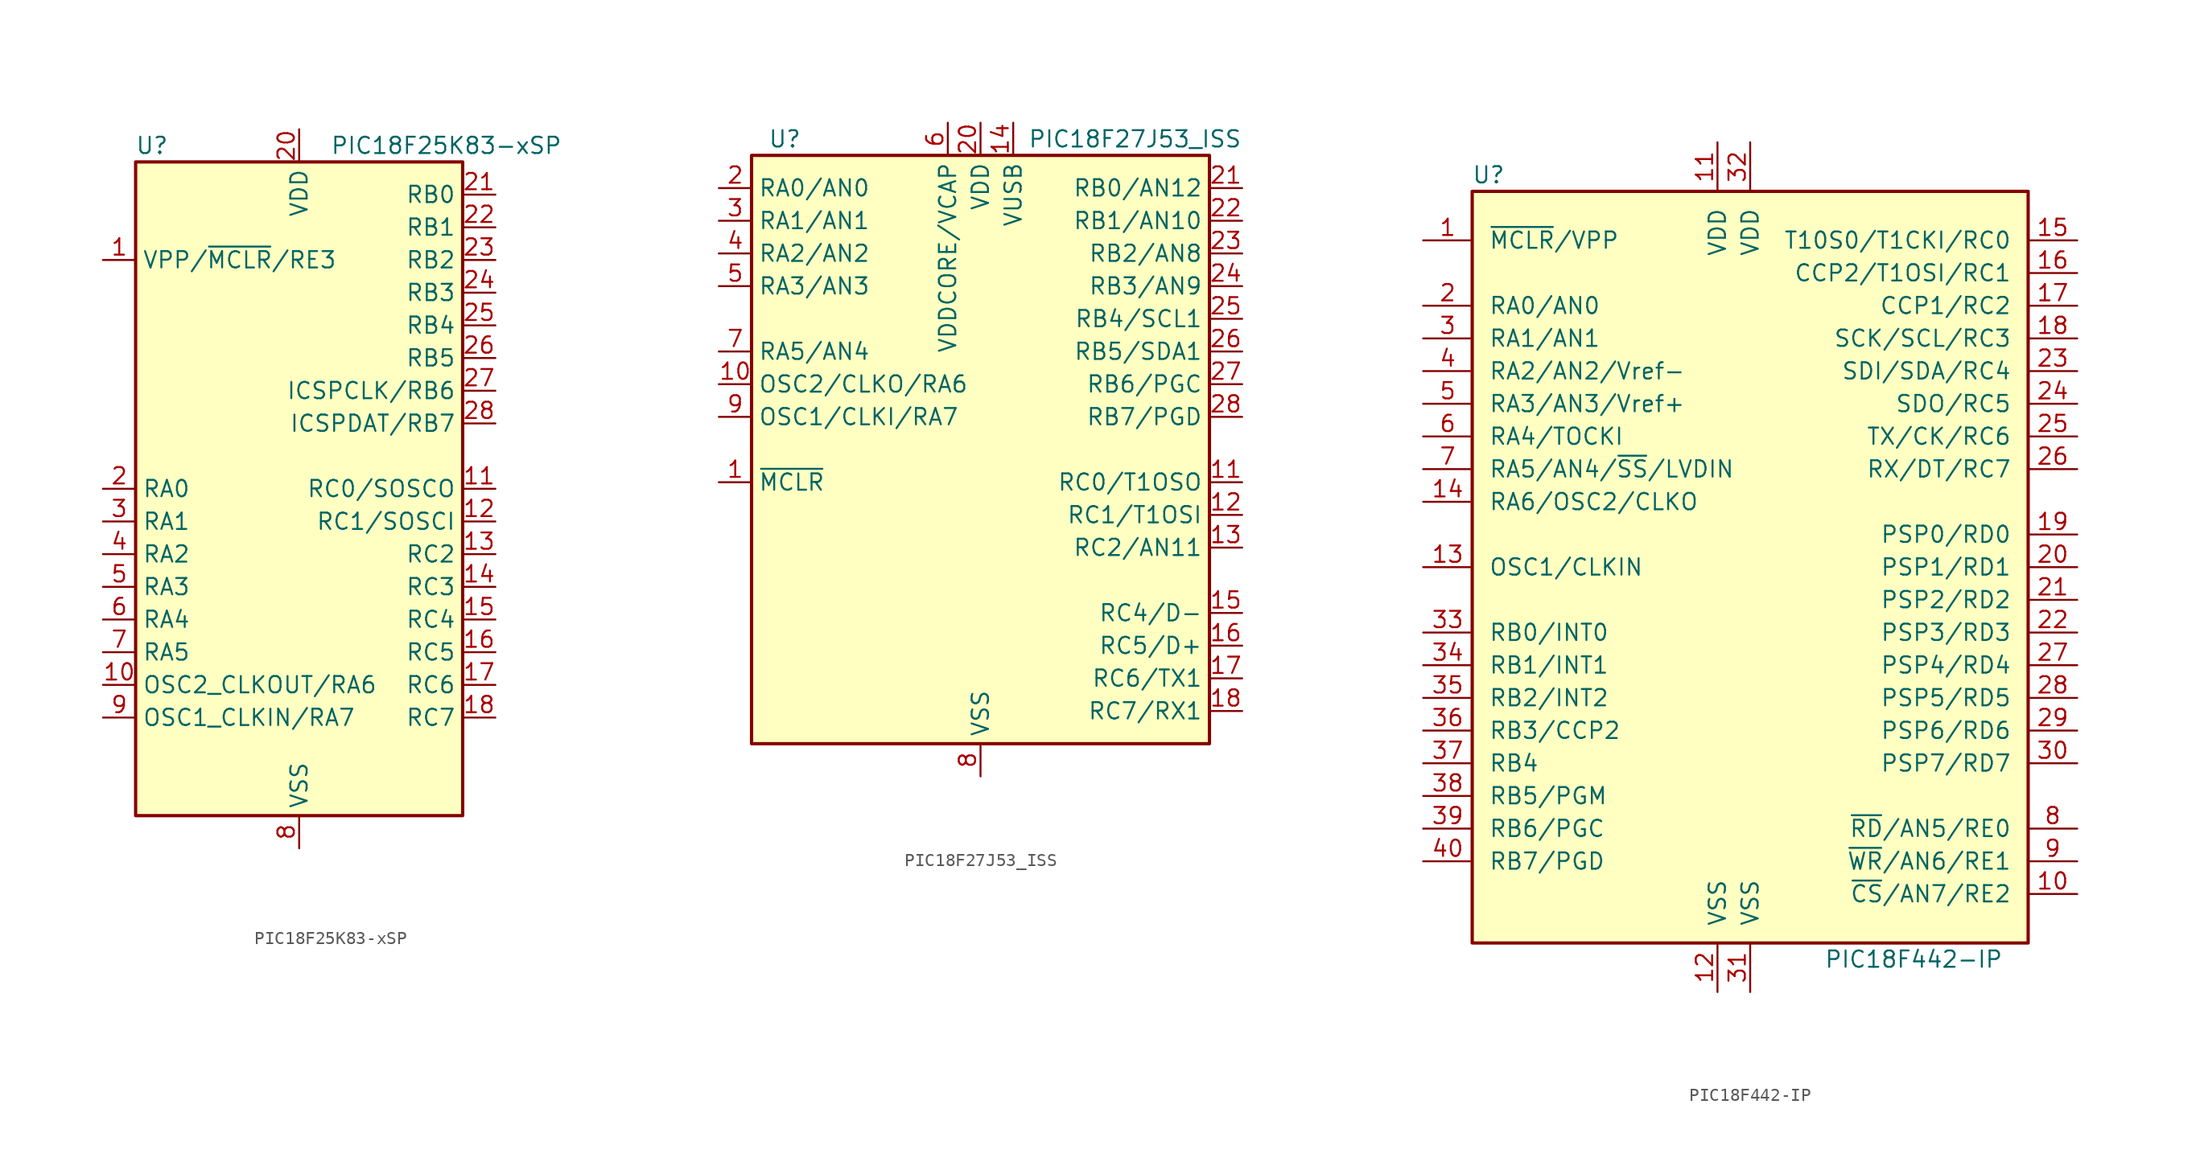
<source format=kicad_sym>
(kicad_symbol_lib
  (version 20211014)
  (generator kicad_symbol_editor)
  (symbol "PIC18F25K83-xSP"
    (property "Reference" "U"
      (at -11.43 26.67 0)
      (effects (font (size 1.27 1.27))))
    (property "Value" "PIC18F25K83-xSP"
      (at 11.43 26.67 0)
      (effects (font (size 1.27 1.27))))
    (symbol "PIC18F25K83-xSP_0_1"
      (rectangle (start -12.7 -25.4) (end 12.7 25.4) (stroke (width 0.254) (type default) (color 0 0 0 0)) (fill (type background))))
    (symbol "PIC18F25K83-xSP_1_1"
      (pin input line (at -15.24 17.78 0) (length 2.54) (name "VPP/~{MCLR}/RE3" (effects (font (size 1.27 1.27)))) (number "1" (effects (font (size 1.27 1.27)))))
      (pin bidirectional line (at -15.24 -15.24 0) (length 2.54) (name "OSC2_CLKOUT/RA6" (effects (font (size 1.27 1.27)))) (number "10" (effects (font (size 1.27 1.27)))))
      (pin bidirectional line (at 15.24 0 180) (length 2.54) (name "RC0/SOSCO" (effects (font (size 1.27 1.27)))) (number "11" (effects (font (size 1.27 1.27)))))
      (pin bidirectional line (at 15.24 -2.54 180) (length 2.54) (name "RC1/SOSCI" (effects (font (size 1.27 1.27)))) (number "12" (effects (font (size 1.27 1.27)))))
      (pin bidirectional line (at 15.24 -5.08 180) (length 2.54) (name "RC2" (effects (font (size 1.27 1.27)))) (number "13" (effects (font (size 1.27 1.27)))))
      (pin bidirectional line (at 15.24 -7.62 180) (length 2.54) (name "RC3" (effects (font (size 1.27 1.27)))) (number "14" (effects (font (size 1.27 1.27)))))
      (pin bidirectional line (at 15.24 -10.16 180) (length 2.54) (name "RC4" (effects (font (size 1.27 1.27)))) (number "15" (effects (font (size 1.27 1.27)))))
      (pin bidirectional line (at 15.24 -12.7 180) (length 2.54) (name "RC5" (effects (font (size 1.27 1.27)))) (number "16" (effects (font (size 1.27 1.27)))))
      (pin bidirectional line (at 15.24 -15.24 180) (length 2.54) (name "RC6" (effects (font (size 1.27 1.27)))) (number "17" (effects (font (size 1.27 1.27)))))
      (pin bidirectional line (at 15.24 -17.78 180) (length 2.54) (name "RC7" (effects (font (size 1.27 1.27)))) (number "18" (effects (font (size 1.27 1.27)))))
      (pin passive line (at 0 -27.94 90) (length 2.54) hide (name "VSS" (effects (font (size 1.27 1.27)))) (number "19" (effects (font (size 1.27 1.27)))))
      (pin bidirectional line (at -15.24 0 0) (length 2.54) (name "RA0" (effects (font (size 1.27 1.27)))) (number "2" (effects (font (size 1.27 1.27)))))
      (pin power_in line (at 0 27.94 270) (length 2.54) (name "VDD" (effects (font (size 1.27 1.27)))) (number "20" (effects (font (size 1.27 1.27)))))
      (pin bidirectional line (at 15.24 22.86 180) (length 2.54) (name "RB0" (effects (font (size 1.27 1.27)))) (number "21" (effects (font (size 1.27 1.27)))))
      (pin bidirectional line (at 15.24 20.32 180) (length 2.54) (name "RB1" (effects (font (size 1.27 1.27)))) (number "22" (effects (font (size 1.27 1.27)))))
      (pin bidirectional line (at 15.24 17.78 180) (length 2.54) (name "RB2" (effects (font (size 1.27 1.27)))) (number "23" (effects (font (size 1.27 1.27)))))
      (pin bidirectional line (at 15.24 15.24 180) (length 2.54) (name "RB3" (effects (font (size 1.27 1.27)))) (number "24" (effects (font (size 1.27 1.27)))))
      (pin bidirectional line (at 15.24 12.7 180) (length 2.54) (name "RB4" (effects (font (size 1.27 1.27)))) (number "25" (effects (font (size 1.27 1.27)))))
      (pin bidirectional line (at 15.24 10.16 180) (length 2.54) (name "RB5" (effects (font (size 1.27 1.27)))) (number "26" (effects (font (size 1.27 1.27)))))
      (pin bidirectional line (at 15.24 7.62 180) (length 2.54) (name "ICSPCLK/RB6" (effects (font (size 1.27 1.27)))) (number "27" (effects (font (size 1.27 1.27)))))
      (pin bidirectional line (at 15.24 5.08 180) (length 2.54) (name "ICSPDAT/RB7" (effects (font (size 1.27 1.27)))) (number "28" (effects (font (size 1.27 1.27)))))
      (pin bidirectional line (at -15.24 -2.54 0) (length 2.54) (name "RA1" (effects (font (size 1.27 1.27)))) (number "3" (effects (font (size 1.27 1.27)))))
      (pin bidirectional line (at -15.24 -5.08 0) (length 2.54) (name "RA2" (effects (font (size 1.27 1.27)))) (number "4" (effects (font (size 1.27 1.27)))))
      (pin bidirectional line (at -15.24 -7.62 0) (length 2.54) (name "RA3" (effects (font (size 1.27 1.27)))) (number "5" (effects (font (size 1.27 1.27)))))
      (pin bidirectional line (at -15.24 -10.16 0) (length 2.54) (name "RA4" (effects (font (size 1.27 1.27)))) (number "6" (effects (font (size 1.27 1.27)))))
      (pin bidirectional line (at -15.24 -12.7 0) (length 2.54) (name "RA5" (effects (font (size 1.27 1.27)))) (number "7" (effects (font (size 1.27 1.27)))))
      (pin power_in line (at 0 -27.94 90) (length 2.54) (name "VSS" (effects (font (size 1.27 1.27)))) (number "8" (effects (font (size 1.27 1.27)))))
      (pin bidirectional line (at -15.24 -17.78 0) (length 2.54) (name "OSC1_CLKIN/RA7" (effects (font (size 1.27 1.27)))) (number "9" (effects (font (size 1.27 1.27)))))))
  (symbol "PIC18F27J53_ISS"
    (property "Reference" "U"
      (at -16.51 24.13 0)
      (effects (font (size 1.27 1.27)) (justify left)))
    (property "Value" "PIC18F27J53_ISS"
      (at 20.32 24.13 0)
      (effects (font (size 1.27 1.27)) (justify right)))
    (symbol "PIC18F27J53_ISS_0_1"
      (rectangle (start 17.78 -22.86) (end -17.78 22.86) (stroke (width 0.254) (type default) (color 0 0 0 0)) (fill (type background))))
    (symbol "PIC18F27J53_ISS_1_1"
      (pin input line (at -20.32 -2.54 0) (length 2.54) (name "~{MCLR}" (effects (font (size 1.27 1.27)))) (number "1" (effects (font (size 1.27 1.27)))))
      (pin bidirectional line (at -20.32 5.08 0) (length 2.54) (name "OSC2/CLKO/RA6" (effects (font (size 1.27 1.27)))) (number "10" (effects (font (size 1.27 1.27)))))
      (pin bidirectional line (at 20.32 -2.54 180) (length 2.54) (name "RC0/T1OSO" (effects (font (size 1.27 1.27)))) (number "11" (effects (font (size 1.27 1.27)))))
      (pin bidirectional line (at 20.32 -5.08 180) (length 2.54) (name "RC1/T1OSI" (effects (font (size 1.27 1.27)))) (number "12" (effects (font (size 1.27 1.27)))))
      (pin bidirectional line (at 20.32 -7.62 180) (length 2.54) (name "RC2/AN11" (effects (font (size 1.27 1.27)))) (number "13" (effects (font (size 1.27 1.27)))))
      (pin power_in line (at 2.54 25.4 270) (length 2.54) (name "VUSB" (effects (font (size 1.27 1.27)))) (number "14" (effects (font (size 1.27 1.27)))))
      (pin bidirectional line (at 20.32 -12.7 180) (length 2.54) (name "RC4/D-" (effects (font (size 1.27 1.27)))) (number "15" (effects (font (size 1.27 1.27)))))
      (pin bidirectional line (at 20.32 -15.24 180) (length 2.54) (name "RC5/D+" (effects (font (size 1.27 1.27)))) (number "16" (effects (font (size 1.27 1.27)))))
      (pin bidirectional line (at 20.32 -17.78 180) (length 2.54) (name "RC6/TX1" (effects (font (size 1.27 1.27)))) (number "17" (effects (font (size 1.27 1.27)))))
      (pin bidirectional line (at 20.32 -20.32 180) (length 2.54) (name "RC7/RX1" (effects (font (size 1.27 1.27)))) (number "18" (effects (font (size 1.27 1.27)))))
      (pin passive line (at 0 -25.4 90) (length 2.54) hide (name "VSS" (effects (font (size 1.27 1.27)))) (number "19" (effects (font (size 1.27 1.27)))))
      (pin bidirectional line (at -20.32 20.32 0) (length 2.54) (name "RA0/AN0" (effects (font (size 1.27 1.27)))) (number "2" (effects (font (size 1.27 1.27)))))
      (pin power_in line (at 0 25.4 270) (length 2.54) (name "VDD" (effects (font (size 1.27 1.27)))) (number "20" (effects (font (size 1.27 1.27)))))
      (pin bidirectional line (at 20.32 20.32 180) (length 2.54) (name "RB0/AN12" (effects (font (size 1.27 1.27)))) (number "21" (effects (font (size 1.27 1.27)))))
      (pin bidirectional line (at 20.32 17.78 180) (length 2.54) (name "RB1/AN10" (effects (font (size 1.27 1.27)))) (number "22" (effects (font (size 1.27 1.27)))))
      (pin bidirectional line (at 20.32 15.24 180) (length 2.54) (name "RB2/AN8" (effects (font (size 1.27 1.27)))) (number "23" (effects (font (size 1.27 1.27)))))
      (pin bidirectional line (at 20.32 12.7 180) (length 2.54) (name "RB3/AN9" (effects (font (size 1.27 1.27)))) (number "24" (effects (font (size 1.27 1.27)))))
      (pin bidirectional line (at 20.32 10.16 180) (length 2.54) (name "RB4/SCL1" (effects (font (size 1.27 1.27)))) (number "25" (effects (font (size 1.27 1.27)))))
      (pin bidirectional line (at 20.32 7.62 180) (length 2.54) (name "RB5/SDA1" (effects (font (size 1.27 1.27)))) (number "26" (effects (font (size 1.27 1.27)))))
      (pin bidirectional line (at 20.32 5.08 180) (length 2.54) (name "RB6/PGC" (effects (font (size 1.27 1.27)))) (number "27" (effects (font (size 1.27 1.27)))))
      (pin bidirectional line (at 20.32 2.54 180) (length 2.54) (name "RB7/PGD" (effects (font (size 1.27 1.27)))) (number "28" (effects (font (size 1.27 1.27)))))
      (pin bidirectional line (at -20.32 17.78 0) (length 2.54) (name "RA1/AN1" (effects (font (size 1.27 1.27)))) (number "3" (effects (font (size 1.27 1.27)))))
      (pin bidirectional line (at -20.32 15.24 0) (length 2.54) (name "RA2/AN2" (effects (font (size 1.27 1.27)))) (number "4" (effects (font (size 1.27 1.27)))))
      (pin bidirectional line (at -20.32 12.7 0) (length 2.54) (name "RA3/AN3" (effects (font (size 1.27 1.27)))) (number "5" (effects (font (size 1.27 1.27)))))
      (pin power_in line (at -2.54 25.4 270) (length 2.54) (name "VDDCORE/VCAP" (effects (font (size 1.27 1.27)))) (number "6" (effects (font (size 1.27 1.27)))))
      (pin bidirectional line (at -20.32 7.62 0) (length 2.54) (name "RA5/AN4" (effects (font (size 1.27 1.27)))) (number "7" (effects (font (size 1.27 1.27)))))
      (pin power_in line (at 0 -25.4 90) (length 2.54) (name "VSS" (effects (font (size 1.27 1.27)))) (number "8" (effects (font (size 1.27 1.27)))))
      (pin bidirectional line (at -20.32 2.54 0) (length 2.54) (name "OSC1/CLKI/RA7" (effects (font (size 1.27 1.27)))) (number "9" (effects (font (size 1.27 1.27)))))))
  (symbol "PIC18F442-IP"
    (pin_names
      (offset 1.27))
    (property "Reference" "U"
      (at -20.32 30.48 0)
      (effects (font (size 1.27 1.27))))
    (property "Value" "PIC18F442-IP"
      (at 12.7 -30.48 0)
      (effects (font (size 1.27 1.27))))
    (symbol "PIC18F442-IP_0_1"
      (rectangle (start -21.59 -29.21) (end 21.59 29.21) (stroke (width 0.254) (type default) (color 0 0 0 0)) (fill (type background))))
    (symbol "PIC18F442-IP_1_1"
      (pin input line (at -25.4 25.4 0) (length 3.81) (name "~{MCLR}/VPP" (effects (font (size 1.27 1.27)))) (number "1" (effects (font (size 1.27 1.27)))))
      (pin bidirectional line (at 25.4 -25.4 180) (length 3.81) (name "~{CS}/AN7/RE2" (effects (font (size 1.27 1.27)))) (number "10" (effects (font (size 1.27 1.27)))))
      (pin power_in line (at -2.54 33.02 270) (length 3.81) (name "VDD" (effects (font (size 1.27 1.27)))) (number "11" (effects (font (size 1.27 1.27)))))
      (pin power_in line (at -2.54 -33.02 90) (length 3.81) (name "VSS" (effects (font (size 1.27 1.27)))) (number "12" (effects (font (size 1.27 1.27)))))
      (pin input line (at -25.4 0 0) (length 3.81) (name "OSC1/CLKIN" (effects (font (size 1.27 1.27)))) (number "13" (effects (font (size 1.27 1.27)))))
      (pin output line (at -25.4 5.08 0) (length 3.81) (name "RA6/OSC2/CLKO" (effects (font (size 1.27 1.27)))) (number "14" (effects (font (size 1.27 1.27)))))
      (pin bidirectional line (at 25.4 25.4 180) (length 3.81) (name "T10S0/T1CKI/RC0" (effects (font (size 1.27 1.27)))) (number "15" (effects (font (size 1.27 1.27)))))
      (pin bidirectional line (at 25.4 22.86 180) (length 3.81) (name "CCP2/T1OSI/RC1" (effects (font (size 1.27 1.27)))) (number "16" (effects (font (size 1.27 1.27)))))
      (pin bidirectional line (at 25.4 20.32 180) (length 3.81) (name "CCP1/RC2" (effects (font (size 1.27 1.27)))) (number "17" (effects (font (size 1.27 1.27)))))
      (pin bidirectional line (at 25.4 17.78 180) (length 3.81) (name "SCK/SCL/RC3" (effects (font (size 1.27 1.27)))) (number "18" (effects (font (size 1.27 1.27)))))
      (pin bidirectional line (at 25.4 2.54 180) (length 3.81) (name "PSP0/RD0" (effects (font (size 1.27 1.27)))) (number "19" (effects (font (size 1.27 1.27)))))
      (pin bidirectional line (at -25.4 20.32 0) (length 3.81) (name "RA0/AN0" (effects (font (size 1.27 1.27)))) (number "2" (effects (font (size 1.27 1.27)))))
      (pin bidirectional line (at 25.4 0 180) (length 3.81) (name "PSP1/RD1" (effects (font (size 1.27 1.27)))) (number "20" (effects (font (size 1.27 1.27)))))
      (pin bidirectional line (at 25.4 -2.54 180) (length 3.81) (name "PSP2/RD2" (effects (font (size 1.27 1.27)))) (number "21" (effects (font (size 1.27 1.27)))))
      (pin bidirectional line (at 25.4 -5.08 180) (length 3.81) (name "PSP3/RD3" (effects (font (size 1.27 1.27)))) (number "22" (effects (font (size 1.27 1.27)))))
      (pin bidirectional line (at 25.4 15.24 180) (length 3.81) (name "SDI/SDA/RC4" (effects (font (size 1.27 1.27)))) (number "23" (effects (font (size 1.27 1.27)))))
      (pin bidirectional line (at 25.4 12.7 180) (length 3.81) (name "SDO/RC5" (effects (font (size 1.27 1.27)))) (number "24" (effects (font (size 1.27 1.27)))))
      (pin bidirectional line (at 25.4 10.16 180) (length 3.81) (name "TX/CK/RC6" (effects (font (size 1.27 1.27)))) (number "25" (effects (font (size 1.27 1.27)))))
      (pin bidirectional line (at 25.4 7.62 180) (length 3.81) (name "RX/DT/RC7" (effects (font (size 1.27 1.27)))) (number "26" (effects (font (size 1.27 1.27)))))
      (pin bidirectional line (at 25.4 -7.62 180) (length 3.81) (name "PSP4/RD4" (effects (font (size 1.27 1.27)))) (number "27" (effects (font (size 1.27 1.27)))))
      (pin bidirectional line (at 25.4 -10.16 180) (length 3.81) (name "PSP5/RD5" (effects (font (size 1.27 1.27)))) (number "28" (effects (font (size 1.27 1.27)))))
      (pin bidirectional line (at 25.4 -12.7 180) (length 3.81) (name "PSP6/RD6" (effects (font (size 1.27 1.27)))) (number "29" (effects (font (size 1.27 1.27)))))
      (pin bidirectional line (at -25.4 17.78 0) (length 3.81) (name "RA1/AN1" (effects (font (size 1.27 1.27)))) (number "3" (effects (font (size 1.27 1.27)))))
      (pin bidirectional line (at 25.4 -15.24 180) (length 3.81) (name "PSP7/RD7" (effects (font (size 1.27 1.27)))) (number "30" (effects (font (size 1.27 1.27)))))
      (pin power_in line (at 0 -33.02 90) (length 3.81) (name "VSS" (effects (font (size 1.27 1.27)))) (number "31" (effects (font (size 1.27 1.27)))))
      (pin power_in line (at 0 33.02 270) (length 3.81) (name "VDD" (effects (font (size 1.27 1.27)))) (number "32" (effects (font (size 1.27 1.27)))))
      (pin bidirectional line (at -25.4 -5.08 0) (length 3.81) (name "RB0/INT0" (effects (font (size 1.27 1.27)))) (number "33" (effects (font (size 1.27 1.27)))))
      (pin bidirectional line (at -25.4 -7.62 0) (length 3.81) (name "RB1/INT1" (effects (font (size 1.27 1.27)))) (number "34" (effects (font (size 1.27 1.27)))))
      (pin bidirectional line (at -25.4 -10.16 0) (length 3.81) (name "RB2/INT2" (effects (font (size 1.27 1.27)))) (number "35" (effects (font (size 1.27 1.27)))))
      (pin bidirectional line (at -25.4 -12.7 0) (length 3.81) (name "RB3/CCP2" (effects (font (size 1.27 1.27)))) (number "36" (effects (font (size 1.27 1.27)))))
      (pin bidirectional line (at -25.4 -15.24 0) (length 3.81) (name "RB4" (effects (font (size 1.27 1.27)))) (number "37" (effects (font (size 1.27 1.27)))))
      (pin bidirectional line (at -25.4 -17.78 0) (length 3.81) (name "RB5/PGM" (effects (font (size 1.27 1.27)))) (number "38" (effects (font (size 1.27 1.27)))))
      (pin bidirectional line (at -25.4 -20.32 0) (length 3.81) (name "RB6/PGC" (effects (font (size 1.27 1.27)))) (number "39" (effects (font (size 1.27 1.27)))))
      (pin bidirectional line (at -25.4 15.24 0) (length 3.81) (name "RA2/AN2/Vref-" (effects (font (size 1.27 1.27)))) (number "4" (effects (font (size 1.27 1.27)))))
      (pin bidirectional line (at -25.4 -22.86 0) (length 3.81) (name "RB7/PGD" (effects (font (size 1.27 1.27)))) (number "40" (effects (font (size 1.27 1.27)))))
      (pin bidirectional line (at -25.4 12.7 0) (length 3.81) (name "RA3/AN3/Vref+" (effects (font (size 1.27 1.27)))) (number "5" (effects (font (size 1.27 1.27)))))
      (pin bidirectional line (at -25.4 10.16 0) (length 3.81) (name "RA4/TOCKI" (effects (font (size 1.27 1.27)))) (number "6" (effects (font (size 1.27 1.27)))))
      (pin bidirectional line (at -25.4 7.62 0) (length 3.81) (name "RA5/AN4/~{SS}/LVDIN" (effects (font (size 1.27 1.27)))) (number "7" (effects (font (size 1.27 1.27)))))
      (pin bidirectional line (at 25.4 -20.32 180) (length 3.81) (name "~{RD}/AN5/RE0" (effects (font (size 1.27 1.27)))) (number "8" (effects (font (size 1.27 1.27)))))
      (pin bidirectional line (at 25.4 -22.86 180) (length 3.81) (name "~{WR}/AN6/RE1" (effects (font (size 1.27 1.27)))) (number "9" (effects (font (size 1.27 1.27))))))))
</source>
